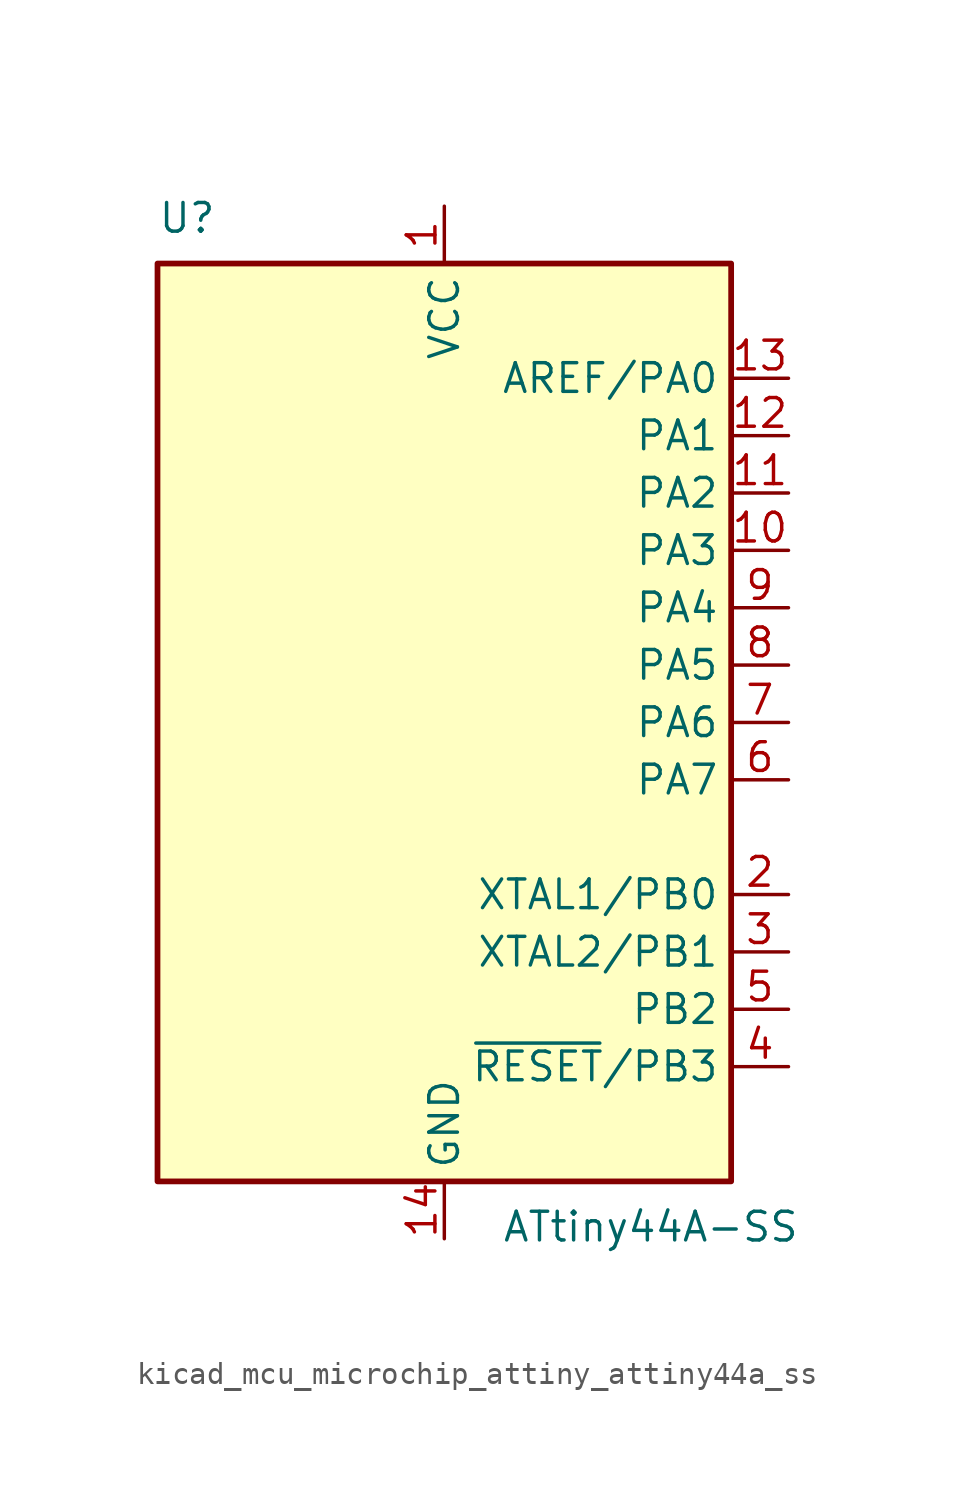
<source format=kicad_sym>
(kicad_symbol_lib
  (version 20220914)
  (generator kicad_symbol_editor)
  (symbol "kicad_mcu_microchip_attiny_attiny44a_ss"
    (property "Reference" "U"
      (at -12.7 21.59 0)
      (effects (font (size 1.27 1.27)) (justify left bottom)))
    (property "Value" "ATtiny44A-SS"
      (at 2.54 -21.59 0)
      (effects (font (size 1.27 1.27)) (justify left top)))
    (symbol "kicad_mcu_microchip_attiny_attiny44a_ss_0_1"
      (rectangle (start -12.7 -20.32) (end 12.7 20.32) (stroke (width 0.254) (type default)) (fill (type background))))
    (symbol "kicad_mcu_microchip_attiny_attiny44a_ss_1_1"
      (pin power_in line (at 0 22.86 270) (length 2.54) (name "VCC" (effects (font (size 1.27 1.27)))) (number "1" (effects (font (size 1.27 1.27)))))
      (pin bidirectional line (at 15.24 7.62 180) (length 2.54) (name "PA3" (effects (font (size 1.27 1.27)))) (number "10" (effects (font (size 1.27 1.27)))))
      (pin bidirectional line (at 15.24 10.16 180) (length 2.54) (name "PA2" (effects (font (size 1.27 1.27)))) (number "11" (effects (font (size 1.27 1.27)))))
      (pin bidirectional line (at 15.24 12.7 180) (length 2.54) (name "PA1" (effects (font (size 1.27 1.27)))) (number "12" (effects (font (size 1.27 1.27)))))
      (pin bidirectional line (at 15.24 15.24 180) (length 2.54) (name "AREF/PA0" (effects (font (size 1.27 1.27)))) (number "13" (effects (font (size 1.27 1.27)))))
      (pin power_in line (at 0 -22.86 90) (length 2.54) (name "GND" (effects (font (size 1.27 1.27)))) (number "14" (effects (font (size 1.27 1.27)))))
      (pin bidirectional line (at 15.24 -7.62 180) (length 2.54) (name "XTAL1/PB0" (effects (font (size 1.27 1.27)))) (number "2" (effects (font (size 1.27 1.27)))))
      (pin bidirectional line (at 15.24 -10.16 180) (length 2.54) (name "XTAL2/PB1" (effects (font (size 1.27 1.27)))) (number "3" (effects (font (size 1.27 1.27)))))
      (pin bidirectional line (at 15.24 -15.24 180) (length 2.54) (name "~{RESET}/PB3" (effects (font (size 1.27 1.27)))) (number "4" (effects (font (size 1.27 1.27)))))
      (pin bidirectional line (at 15.24 -12.7 180) (length 2.54) (name "PB2" (effects (font (size 1.27 1.27)))) (number "5" (effects (font (size 1.27 1.27)))))
      (pin bidirectional line (at 15.24 -2.54 180) (length 2.54) (name "PA7" (effects (font (size 1.27 1.27)))) (number "6" (effects (font (size 1.27 1.27)))))
      (pin bidirectional line (at 15.24 0 180) (length 2.54) (name "PA6" (effects (font (size 1.27 1.27)))) (number "7" (effects (font (size 1.27 1.27)))))
      (pin bidirectional line (at 15.24 2.54 180) (length 2.54) (name "PA5" (effects (font (size 1.27 1.27)))) (number "8" (effects (font (size 1.27 1.27)))))
      (pin bidirectional line (at 15.24 5.08 180) (length 2.54) (name "PA4" (effects (font (size 1.27 1.27)))) (number "9" (effects (font (size 1.27 1.27))))))))
</source>
